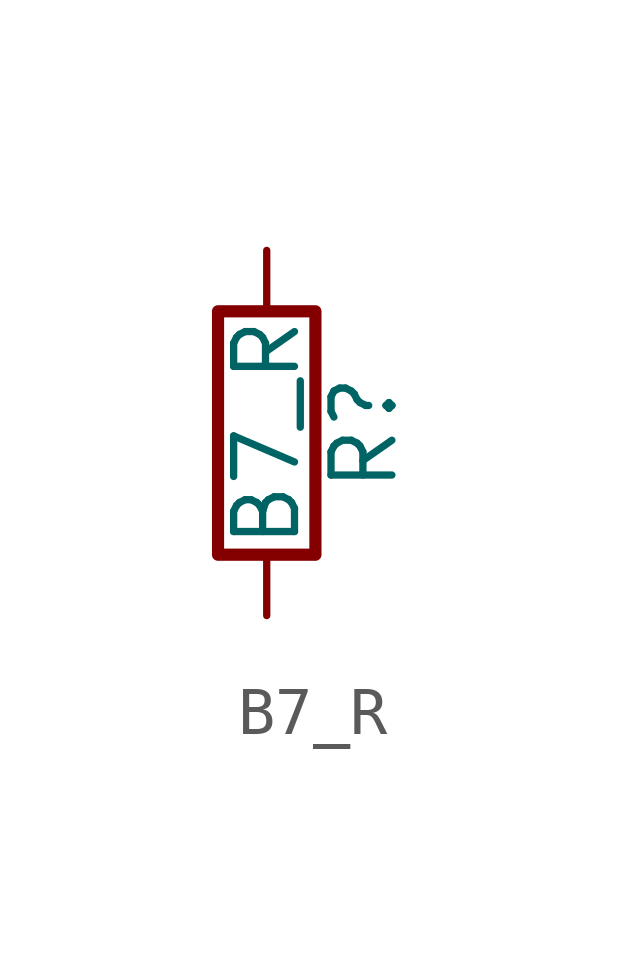
<source format=kicad_sym>
(kicad_symbol_lib
  (version 20241209)
  (generator "kicad_symbol_editor")
  (generator_version "9.0")
  (symbol "B7_R"
    (pin_numbers
      (hide yes))
    (pin_names
      (offset 0))
    (property "Reference" "R"
      (at 2.032 0 90)
      (effects (font (size 1.27 1.27))))
    (property "Value" "B7_R"
      (at 0 0 90)
      (effects (font (size 1.27 1.27))))
    (symbol "B7_R_0_1"
      (rectangle (start -1.016 2.54) (end 1.016 -2.54) (stroke (width 0.254) (type default)) (fill (type none))))
    (symbol "B7_R_1_1"
      (pin passive line (at 0 3.81 270) (length 1.27) (name "~" (effects (font (size 1.27 1.27)))) (number "1" (effects (font (size 1.27 1.27)))))
      (pin passive line (at 0 -3.81 90) (length 1.27) (name "~" (effects (font (size 1.27 1.27)))) (number "2" (effects (font (size 1.27 1.27))))))))
</source>
